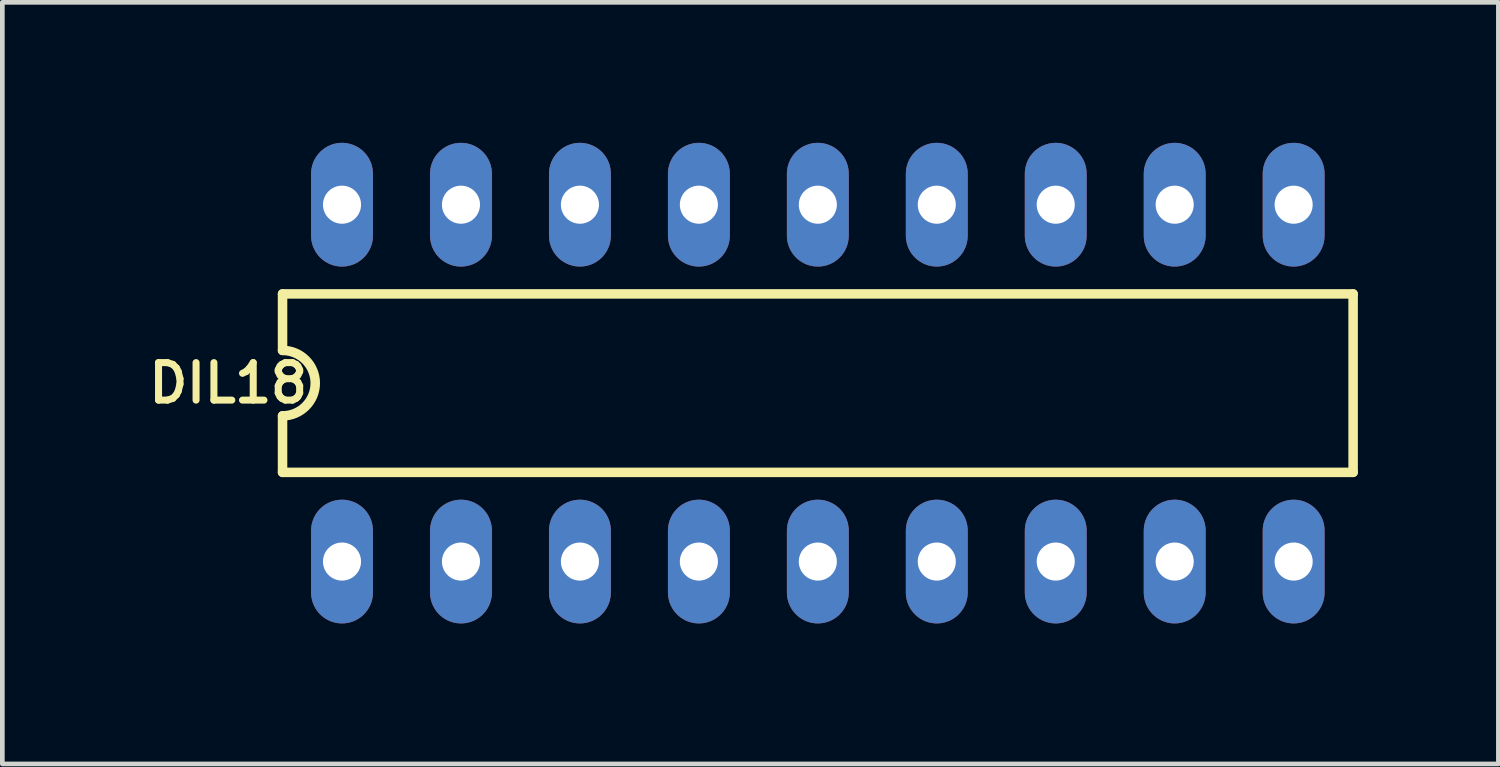
<source format=kicad_pcb>
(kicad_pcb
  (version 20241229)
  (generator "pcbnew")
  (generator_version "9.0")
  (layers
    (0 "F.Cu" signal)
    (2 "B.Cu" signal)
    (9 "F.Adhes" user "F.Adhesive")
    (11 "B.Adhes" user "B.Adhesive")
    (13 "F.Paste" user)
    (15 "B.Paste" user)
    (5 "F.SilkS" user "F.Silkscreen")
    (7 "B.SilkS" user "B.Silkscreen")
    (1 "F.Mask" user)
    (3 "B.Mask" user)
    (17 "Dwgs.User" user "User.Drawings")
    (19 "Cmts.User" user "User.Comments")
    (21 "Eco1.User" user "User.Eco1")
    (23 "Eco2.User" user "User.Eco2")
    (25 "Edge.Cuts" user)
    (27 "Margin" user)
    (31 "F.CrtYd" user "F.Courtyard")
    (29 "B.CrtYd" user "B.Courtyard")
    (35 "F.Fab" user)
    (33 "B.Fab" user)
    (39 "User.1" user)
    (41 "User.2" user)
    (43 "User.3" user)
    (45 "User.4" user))
  (footprint "DIL18"
    (layer "F.Cu")
    (at 14.413 5.131)
    (property "Reference" "DIL18" (at -12.59 0 180) (layer "F.SilkS") (effects (font (size 0.801 0.801) (thickness 0.15))))
    (attr through_hole)
    (fp_line (start -11.43 -1.905) (end -11.43 -0.699) (stroke (width 0.203) (type solid)) (layer "F.SilkS"))
    (fp_line (start -11.43 1.905) (end -11.43 0.699) (stroke (width 0.203) (type solid)) (layer "F.SilkS"))
    (fp_line (start -11.43 1.905) (end 11.43 1.905) (stroke (width 0.203) (type solid)) (layer "F.SilkS"))
    (fp_line (start 11.43 -1.905) (end -11.43 -1.905) (stroke (width 0.203) (type solid)) (layer "F.SilkS"))
    (fp_line (start 11.43 -1.905) (end 11.43 1.905) (stroke (width 0.203) (type solid)) (layer "F.SilkS"))
    (fp_arc (start -11.43 -0.6985) (mid -10.7315 0) (end -11.43 0.6985) (stroke (width 0.2032) (type solid)) (layer "F.SilkS"))
    (pad "1" thru_hole oval (at -10.16 3.81) (size 1.321 2.642) (drill 0.813) (layers "*.Cu" "*.Mask"))
    (pad "2" thru_hole oval (at -7.62 3.81) (size 1.321 2.642) (drill 0.813) (layers "*.Cu" "*.Mask"))
    (pad "3" thru_hole oval (at -5.08 3.81) (size 1.321 2.642) (drill 0.813) (layers "*.Cu" "*.Mask"))
    (pad "4" thru_hole oval (at -2.54 3.81) (size 1.321 2.642) (drill 0.813) (layers "*.Cu" "*.Mask"))
    (pad "5" thru_hole oval (at 0 3.81) (size 1.321 2.642) (drill 0.813) (layers "*.Cu" "*.Mask"))
    (pad "6" thru_hole oval (at 2.54 3.81) (size 1.321 2.642) (drill 0.813) (layers "*.Cu" "*.Mask"))
    (pad "7" thru_hole oval (at 5.08 3.81) (size 1.321 2.642) (drill 0.813) (layers "*.Cu" "*.Mask"))
    (pad "8" thru_hole oval (at 7.62 3.81) (size 1.321 2.642) (drill 0.813) (layers "*.Cu" "*.Mask"))
    (pad "9" thru_hole oval (at 10.16 3.81) (size 1.321 2.642) (drill 0.813) (layers "*.Cu" "*.Mask"))
    (pad "10" thru_hole oval (at 10.16 -3.81) (size 1.321 2.642) (drill 0.813) (layers "*.Cu" "*.Mask"))
    (pad "11" thru_hole oval (at 7.62 -3.81) (size 1.321 2.642) (drill 0.813) (layers "*.Cu" "*.Mask"))
    (pad "12" thru_hole oval (at 5.08 -3.81) (size 1.321 2.642) (drill 0.813) (layers "*.Cu" "*.Mask"))
    (pad "13" thru_hole oval (at 2.54 -3.81) (size 1.321 2.642) (drill 0.813) (layers "*.Cu" "*.Mask"))
    (pad "14" thru_hole oval (at 0 -3.81) (size 1.321 2.642) (drill 0.813) (layers "*.Cu" "*.Mask"))
    (pad "15" thru_hole oval (at -2.54 -3.81) (size 1.321 2.642) (drill 0.813) (layers "*.Cu" "*.Mask"))
    (pad "16" thru_hole oval (at -5.08 -3.81) (size 1.321 2.642) (drill 0.813) (layers "*.Cu" "*.Mask"))
    (pad "17" thru_hole oval (at -7.62 -3.81) (size 1.321 2.642) (drill 0.813) (layers "*.Cu" "*.Mask"))
    (pad "18" thru_hole oval (at -10.16 -3.81) (size 1.321 2.642) (drill 0.813) (layers "*.Cu" "*.Mask")))
  (gr_rect
    (start -3 -3)
    (end 28.945 13.262)
    (stroke (width 0.1) (type default))
    (fill no)
    (layer "Edge.Cuts")))
</source>
